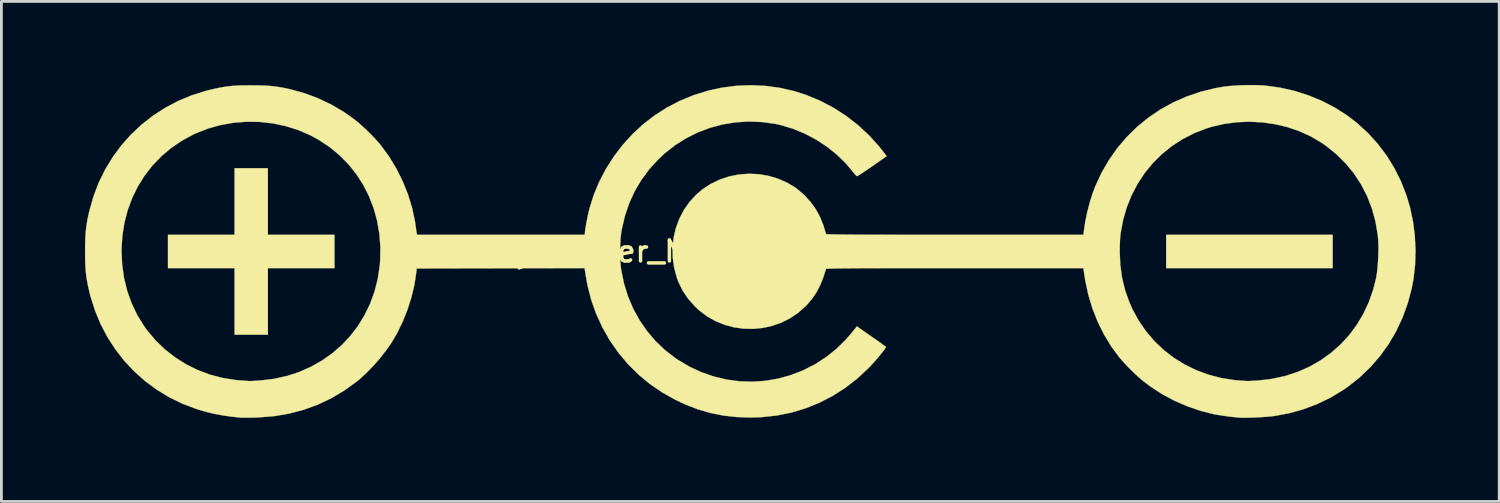
<source format=kicad_pcb>
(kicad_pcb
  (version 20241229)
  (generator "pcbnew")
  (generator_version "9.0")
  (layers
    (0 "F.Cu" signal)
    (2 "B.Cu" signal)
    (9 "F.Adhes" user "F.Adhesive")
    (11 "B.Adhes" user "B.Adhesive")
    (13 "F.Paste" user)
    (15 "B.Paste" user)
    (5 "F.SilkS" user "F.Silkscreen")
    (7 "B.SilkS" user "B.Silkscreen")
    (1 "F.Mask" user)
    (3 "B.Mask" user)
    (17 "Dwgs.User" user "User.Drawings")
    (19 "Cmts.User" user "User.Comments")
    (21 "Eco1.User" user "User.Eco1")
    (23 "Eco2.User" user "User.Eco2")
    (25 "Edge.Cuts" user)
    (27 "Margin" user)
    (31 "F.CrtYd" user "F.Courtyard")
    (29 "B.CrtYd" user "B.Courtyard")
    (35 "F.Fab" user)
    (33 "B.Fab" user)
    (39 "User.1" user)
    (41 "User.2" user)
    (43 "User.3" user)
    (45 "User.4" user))
  (footprint "Polarity_Center_Negative_12mm_SilkScreen"
    (layer "F.Cu")
    (at 23.873 5.977)
    (property "Reference" "Polarity_Center_Negative_12mm_SilkScreen" (at 0 0 0) (layer "F.SilkS") (effects (font (size 0.75 0.75) (thickness 0.125))))
    (attr exclude_from_pos_files exclude_from_bom allow_missing_courtyard)
    (fp_poly (pts (xy 20.918 0.598) (xy 14.941 0.598) (xy 14.941 -0.598) (xy 20.918 -0.598) (xy 20.918 0.598)) (stroke (width 0.01) (type solid)) (fill yes) (layer "F.SilkS"))
    (fp_poly (pts (xy -17.307 -0.598) (xy -14.916 -0.598) (xy -14.916 0.598) (xy -17.307 0.598) (xy -17.307 2.988) (xy -18.502 2.988) (xy -18.502 0.598) (xy -20.893 0.598) (xy -20.893 -0.598) (xy -18.502 -0.598) (xy -18.502 -2.988) (xy -17.307 -2.988) (xy -17.307 -0.598)) (stroke (width 0.01) (type solid)) (fill yes) (layer "F.SilkS"))
    (fp_poly (pts (xy 18.17 -5.97) (xy 18.386 -5.962) (xy 18.491 -5.954) (xy 19.023 -5.882) (xy 19.544 -5.764) (xy 20.051 -5.603) (xy 20.539 -5.401) (xy 21.004 -5.159) (xy 21.441 -4.88) (xy 21.789 -4.612) (xy 22.184 -4.251) (xy 22.541 -3.857) (xy 22.86 -3.433) (xy 23.138 -2.981) (xy 23.375 -2.504) (xy 23.569 -2.004) (xy 23.695 -1.581) (xy 23.801 -1.077) (xy 23.867 -0.558) (xy 23.892 -0.035) (xy 23.876 0.485) (xy 23.818 0.993) (xy 23.755 1.329) (xy 23.612 1.862) (xy 23.427 2.371) (xy 23.201 2.855) (xy 22.934 3.313) (xy 22.628 3.742) (xy 22.284 4.14) (xy 21.904 4.506) (xy 21.488 4.838) (xy 21.313 4.96) (xy 20.854 5.239) (xy 20.374 5.473) (xy 19.874 5.663) (xy 19.351 5.808) (xy 18.844 5.903) (xy 18.716 5.919) (xy 18.558 5.933) (xy 18.381 5.946) (xy 18.195 5.956) (xy 18.011 5.964) (xy 17.839 5.968) (xy 17.69 5.969) (xy 17.575 5.966) (xy 17.531 5.962) (xy 17.469 5.955) (xy 17.373 5.945) (xy 17.258 5.933) (xy 17.182 5.925) (xy 16.69 5.85) (xy 16.198 5.728) (xy 15.711 5.563) (xy 15.238 5.358) (xy 14.786 5.116) (xy 14.362 4.839) (xy 14.107 4.644) (xy 13.944 4.504) (xy 13.766 4.338) (xy 13.586 4.16) (xy 13.418 3.982) (xy 13.274 3.818) (xy 13.257 3.798) (xy 12.967 3.405) (xy 12.707 2.977) (xy 12.482 2.521) (xy 12.293 2.041) (xy 12.143 1.544) (xy 12.035 1.036) (xy 12.014 0.903) (xy 11.969 0.598) (xy 7.353 0.598) (xy 6.77 0.598) (xy 6.235 0.598) (xy 5.746 0.598) (xy 5.301 0.599) (xy 4.899 0.599) (xy 4.538 0.6) (xy 4.215 0.601) (xy 3.93 0.602) (xy 3.681 0.604) (xy 3.465 0.605) (xy 3.28 0.607) (xy 3.126 0.61) (xy 3 0.612) (xy 2.9 0.615) (xy 2.825 0.618) (xy 2.773 0.621) (xy 2.741 0.624) (xy 2.729 0.628) (xy 2.729 0.629) (xy 2.628 0.944) (xy 2.517 1.218) (xy 2.391 1.46) (xy 2.244 1.68) (xy 2.071 1.887) (xy 1.993 1.968) (xy 1.725 2.205) (xy 1.433 2.401) (xy 1.122 2.556) (xy 0.795 2.671) (xy 0.458 2.745) (xy 0.116 2.778) (xy -0.229 2.771) (xy -0.57 2.724) (xy -0.903 2.635) (xy -1.224 2.506) (xy -1.528 2.337) (xy -1.811 2.126) (xy -1.975 1.974) (xy -2.217 1.7) (xy -2.413 1.411) (xy -2.565 1.102) (xy -2.627 0.936) (xy -2.723 0.576) (xy -2.773 0.214) (xy -2.776 0.009) (xy 13.273 0.009) (xy 13.294 0.49) (xy 13.358 0.95) (xy 13.467 1.394) (xy 13.621 1.827) (xy 13.733 2.079) (xy 13.958 2.49) (xy 14.221 2.871) (xy 14.519 3.22) (xy 14.85 3.535) (xy 15.211 3.814) (xy 15.6 4.056) (xy 16.013 4.259) (xy 16.449 4.421) (xy 16.905 4.541) (xy 17.378 4.617) (xy 17.655 4.64) (xy 17.745 4.645) (xy 17.824 4.65) (xy 17.855 4.652) (xy 17.902 4.652) (xy 17.988 4.648) (xy 18.1 4.642) (xy 18.229 4.634) (xy 18.257 4.632) (xy 18.746 4.573) (xy 19.215 4.47) (xy 19.663 4.324) (xy 20.086 4.137) (xy 20.484 3.91) (xy 20.853 3.647) (xy 21.193 3.347) (xy 21.501 3.014) (xy 21.775 2.648) (xy 22.013 2.252) (xy 22.212 1.828) (xy 22.372 1.376) (xy 22.475 0.971) (xy 22.507 0.784) (xy 22.532 0.562) (xy 22.549 0.318) (xy 22.559 0.066) (xy 22.561 -0.18) (xy 22.553 -0.406) (xy 22.538 -0.591) (xy 22.454 -1.078) (xy 22.327 -1.543) (xy 22.156 -1.985) (xy 21.943 -2.401) (xy 21.689 -2.79) (xy 21.394 -3.152) (xy 21.059 -3.485) (xy 20.684 -3.788) (xy 20.519 -3.903) (xy 20.138 -4.128) (xy 19.731 -4.315) (xy 19.302 -4.462) (xy 18.857 -4.568) (xy 18.401 -4.634) (xy 17.938 -4.658) (xy 17.475 -4.64) (xy 17.016 -4.578) (xy 16.567 -4.474) (xy 16.385 -4.418) (xy 15.943 -4.245) (xy 15.527 -4.032) (xy 15.141 -3.781) (xy 14.785 -3.493) (xy 14.461 -3.172) (xy 14.172 -2.819) (xy 13.919 -2.437) (xy 13.704 -2.028) (xy 13.529 -1.595) (xy 13.396 -1.139) (xy 13.307 -0.664) (xy 13.299 -0.598) (xy 13.289 -0.496) (xy 13.282 -0.359) (xy 13.276 -0.204) (xy 13.273 -0.045) (xy 13.273 0.009) (xy -2.776 0.009) (xy -2.778 -0.146) (xy -2.739 -0.501) (xy -2.658 -0.846) (xy -2.535 -1.176) (xy -2.373 -1.487) (xy -2.171 -1.775) (xy -1.932 -2.036) (xy -1.711 -2.225) (xy -1.411 -2.423) (xy -1.091 -2.578) (xy -0.754 -2.691) (xy -0.405 -2.761) (xy -0.05 -2.789) (xy 0.306 -2.774) (xy 0.658 -2.716) (xy 1.002 -2.615) (xy 1.332 -2.47) (xy 1.606 -2.308) (xy 1.688 -2.247) (xy 1.79 -2.163) (xy 1.896 -2.069) (xy 1.961 -2.009) (xy 2.176 -1.776) (xy 2.357 -1.526) (xy 2.508 -1.252) (xy 2.633 -0.946) (xy 2.729 -0.629) (xy 2.739 -0.625) (xy 2.768 -0.621) (xy 2.818 -0.618) (xy 2.89 -0.615) (xy 2.987 -0.612) (xy 3.11 -0.61) (xy 3.26 -0.608) (xy 3.441 -0.606) (xy 3.653 -0.604) (xy 3.898 -0.603) (xy 4.179 -0.601) (xy 4.497 -0.6) (xy 4.853 -0.599) (xy 5.25 -0.599) (xy 5.689 -0.598) (xy 6.173 -0.598) (xy 6.702 -0.598) (xy 7.279 -0.598) (xy 7.355 -0.598) (xy 11.973 -0.598) (xy 11.99 -0.753) (xy 12.036 -1.066) (xy 12.105 -1.401) (xy 12.193 -1.741) (xy 12.295 -2.068) (xy 12.391 -2.326) (xy 12.618 -2.817) (xy 12.884 -3.278) (xy 13.187 -3.71) (xy 13.526 -4.108) (xy 13.898 -4.473) (xy 14.301 -4.803) (xy 14.733 -5.096) (xy 15.193 -5.35) (xy 15.678 -5.563) (xy 16.186 -5.735) (xy 16.715 -5.864) (xy 17.017 -5.916) (xy 17.208 -5.938) (xy 17.433 -5.955) (xy 17.679 -5.967) (xy 17.929 -5.972) (xy 18.17 -5.97)) (stroke (width 0.01) (type solid)) (fill yes) (layer "F.SilkS"))
    (fp_poly (pts (xy 0.563 -5.943) (xy 1.084 -5.872) (xy 1.598 -5.753) (xy 2.005 -5.623) (xy 2.511 -5.414) (xy 2.995 -5.161) (xy 3.453 -4.866) (xy 3.884 -4.531) (xy 4.284 -4.158) (xy 4.652 -3.749) (xy 4.839 -3.509) (xy 4.905 -3.42) (xy 4.39 -3.061) (xy 4.248 -2.963) (xy 4.118 -2.875) (xy 4.007 -2.801) (xy 3.921 -2.745) (xy 3.864 -2.711) (xy 3.845 -2.702) (xy 3.816 -2.72) (xy 3.769 -2.769) (xy 3.715 -2.836) (xy 3.432 -3.173) (xy 3.11 -3.484) (xy 2.755 -3.767) (xy 2.373 -4.017) (xy 1.97 -4.23) (xy 1.552 -4.403) (xy 1.124 -4.533) (xy 0.906 -4.581) (xy 0.43 -4.647) (xy -0.046 -4.665) (xy -0.516 -4.636) (xy -0.979 -4.561) (xy -1.43 -4.441) (xy -1.867 -4.276) (xy -2.285 -4.069) (xy -2.682 -3.819) (xy -3.054 -3.529) (xy -3.287 -3.312) (xy -3.616 -2.952) (xy -3.9 -2.567) (xy -4.141 -2.159) (xy -4.338 -1.727) (xy -4.492 -1.27) (xy -4.603 -0.789) (xy -4.623 -0.672) (xy -4.645 -0.48) (xy -4.659 -0.256) (xy -4.664 -0.015) (xy -4.66 0.227) (xy -4.647 0.454) (xy -4.626 0.65) (xy -4.623 0.669) (xy -4.523 1.15) (xy -4.38 1.611) (xy -4.194 2.05) (xy -3.967 2.464) (xy -3.701 2.851) (xy -3.398 3.209) (xy -3.059 3.534) (xy -2.685 3.824) (xy -2.59 3.889) (xy -2.174 4.135) (xy -1.742 4.336) (xy -1.295 4.49) (xy -0.839 4.599) (xy -0.375 4.661) (xy 0.093 4.676) (xy 0.561 4.643) (xy 1.027 4.562) (xy 1.455 4.443) (xy 1.906 4.269) (xy 2.334 4.051) (xy 2.735 3.792) (xy 3.108 3.494) (xy 3.449 3.158) (xy 3.654 2.919) (xy 3.839 2.687) (xy 3.955 2.771) (xy 4.013 2.811) (xy 4.102 2.874) (xy 4.215 2.953) (xy 4.343 3.042) (xy 4.476 3.134) (xy 4.6 3.221) (xy 4.709 3.298) (xy 4.796 3.362) (xy 4.855 3.407) (xy 4.88 3.429) (xy 4.881 3.43) (xy 4.865 3.464) (xy 4.821 3.528) (xy 4.754 3.615) (xy 4.671 3.718) (xy 4.577 3.831) (xy 4.477 3.946) (xy 4.377 4.058) (xy 4.282 4.159) (xy 4.247 4.195) (xy 3.843 4.569) (xy 3.414 4.9) (xy 2.963 5.188) (xy 2.49 5.431) (xy 1.997 5.63) (xy 1.488 5.783) (xy 0.963 5.889) (xy 0.424 5.948) (xy 0.025 5.961) (xy -0.483 5.943) (xy -0.963 5.89) (xy -1.424 5.797) (xy -1.876 5.665) (xy -2.327 5.49) (xy -2.671 5.329) (xy -3.143 5.065) (xy -3.587 4.762) (xy -4 4.42) (xy -4.38 4.043) (xy -4.725 3.632) (xy -5.033 3.191) (xy -5.3 2.721) (xy -5.524 2.232) (xy -5.7 1.736) (xy -5.83 1.226) (xy -5.882 0.945) (xy -5.938 0.597) (xy -8.952 0.604) (xy -11.965 0.61) (xy -11.984 0.784) (xy -12.049 1.206) (xy -12.153 1.642) (xy -12.292 2.079) (xy -12.461 2.505) (xy -12.656 2.91) (xy -12.861 3.262) (xy -13.055 3.542) (xy -13.276 3.825) (xy -13.516 4.1) (xy -13.763 4.355) (xy -14.009 4.581) (xy -14.127 4.677) (xy -14.573 4.998) (xy -15.038 5.273) (xy -15.523 5.502) (xy -16.027 5.685) (xy -16.55 5.822) (xy -17.092 5.913) (xy -17.653 5.958) (xy -17.768 5.962) (xy -17.92 5.965) (xy -18.061 5.966) (xy -18.182 5.966) (xy -18.272 5.964) (xy -18.315 5.962) (xy -18.653 5.924) (xy -18.953 5.88) (xy -19.229 5.829) (xy -19.492 5.766) (xy -19.756 5.691) (xy -19.884 5.65) (xy -20.38 5.462) (xy -20.852 5.231) (xy -21.298 4.96) (xy -21.715 4.651) (xy -22.102 4.306) (xy -22.457 3.929) (xy -22.777 3.52) (xy -23.061 3.082) (xy -23.306 2.617) (xy -23.51 2.128) (xy -23.671 1.617) (xy -23.704 1.489) (xy -23.756 1.269) (xy -23.795 1.071) (xy -23.825 0.884) (xy -23.846 0.695) (xy -23.859 0.493) (xy -23.866 0.265) (xy -23.868 0) (xy -23.868 -0.012) (xy -22.561 -0.012) (xy -22.538 0.482) (xy -22.469 0.962) (xy -22.355 1.424) (xy -22.196 1.866) (xy -21.994 2.288) (xy -21.748 2.685) (xy -21.643 2.831) (xy -21.342 3.189) (xy -21.007 3.513) (xy -20.641 3.799) (xy -20.249 4.047) (xy -19.833 4.254) (xy -19.397 4.419) (xy -18.943 4.539) (xy -18.476 4.614) (xy -18.29 4.631) (xy -18.174 4.639) (xy -18.072 4.646) (xy -17.998 4.651) (xy -17.967 4.653) (xy -17.924 4.652) (xy -17.843 4.649) (xy -17.734 4.642) (xy -17.606 4.634) (xy -17.57 4.631) (xy -17.086 4.573) (xy -16.621 4.47) (xy -16.177 4.325) (xy -15.757 4.139) (xy -15.362 3.916) (xy -14.994 3.656) (xy -14.656 3.362) (xy -14.35 3.037) (xy -14.077 2.681) (xy -13.841 2.297) (xy -13.642 1.888) (xy -13.482 1.455) (xy -13.365 1.001) (xy -13.292 0.527) (xy -13.276 0.336) (xy -13.267 -0.157) (xy -13.304 -0.638) (xy -13.385 -1.104) (xy -13.509 -1.552) (xy -13.675 -1.981) (xy -13.881 -2.388) (xy -14.127 -2.77) (xy -14.41 -3.125) (xy -14.729 -3.45) (xy -15.083 -3.743) (xy -15.471 -4.001) (xy -15.776 -4.168) (xy -16.209 -4.356) (xy -16.66 -4.499) (xy -17.122 -4.597) (xy -17.592 -4.65) (xy -18.066 -4.658) (xy -18.538 -4.621) (xy -19.004 -4.539) (xy -19.46 -4.411) (xy -19.9 -4.238) (xy -19.991 -4.196) (xy -20.406 -3.97) (xy -20.789 -3.707) (xy -21.139 -3.41) (xy -21.455 -3.08) (xy -21.734 -2.72) (xy -21.975 -2.333) (xy -22.177 -1.922) (xy -22.338 -1.488) (xy -22.457 -1.034) (xy -22.531 -0.563) (xy -22.561 -0.078) (xy -22.561 -0.012) (xy -23.868 -0.012) (xy -23.866 -0.265) (xy -23.859 -0.493) (xy -23.846 -0.695) (xy -23.825 -0.883) (xy -23.796 -1.071) (xy -23.757 -1.27) (xy -23.715 -1.457) (xy -23.568 -1.975) (xy -23.378 -2.472) (xy -23.146 -2.944) (xy -22.875 -3.39) (xy -22.567 -3.807) (xy -22.223 -4.194) (xy -21.846 -4.548) (xy -21.439 -4.868) (xy -21.002 -5.152) (xy -20.538 -5.397) (xy -20.048 -5.602) (xy -19.536 -5.764) (xy -19.299 -5.822) (xy -19.094 -5.867) (xy -18.913 -5.901) (xy -18.744 -5.926) (xy -18.574 -5.944) (xy -18.393 -5.955) (xy -18.188 -5.961) (xy -17.948 -5.963) (xy -17.892 -5.963) (xy -17.625 -5.961) (xy -17.396 -5.953) (xy -17.191 -5.939) (xy -16.999 -5.917) (xy -16.807 -5.886) (xy -16.602 -5.844) (xy -16.462 -5.812) (xy -15.975 -5.675) (xy -15.497 -5.494) (xy -15.034 -5.274) (xy -14.596 -5.019) (xy -14.215 -4.751) (xy -14.034 -4.603) (xy -13.839 -4.428) (xy -13.643 -4.239) (xy -13.459 -4.049) (xy -13.3 -3.87) (xy -13.261 -3.822) (xy -12.962 -3.416) (xy -12.696 -2.979) (xy -12.466 -2.519) (xy -12.275 -2.043) (xy -12.128 -1.557) (xy -12.025 -1.07) (xy -12.003 -0.921) (xy -11.989 -0.817) (xy -11.976 -0.726) (xy -11.966 -0.664) (xy -11.964 -0.654) (xy -11.952 -0.598) (xy -5.927 -0.598) (xy -5.927 -0.657) (xy -5.921 -0.721) (xy -5.907 -0.823) (xy -5.886 -0.951) (xy -5.859 -1.095) (xy -5.83 -1.242) (xy -5.8 -1.383) (xy -5.771 -1.507) (xy -5.765 -1.529) (xy -5.612 -2.021) (xy -5.412 -2.501) (xy -5.17 -2.965) (xy -4.887 -3.408) (xy -4.567 -3.827) (xy -4.212 -4.216) (xy -3.826 -4.573) (xy -3.435 -4.875) (xy -2.985 -5.164) (xy -2.513 -5.409) (xy -2.024 -5.61) (xy -1.521 -5.767) (xy -1.007 -5.88) (xy -0.486 -5.947) (xy 0.038 -5.968) (xy 0.563 -5.943)) (stroke (width 0.01) (type solid)) (fill yes) (layer "F.SilkS")))
  (gr_rect
    (start -3 -3)
    (end 50.769 14.951)
    (stroke (width 0.1) (type default))
    (fill no)
    (layer "Edge.Cuts")))
</source>
